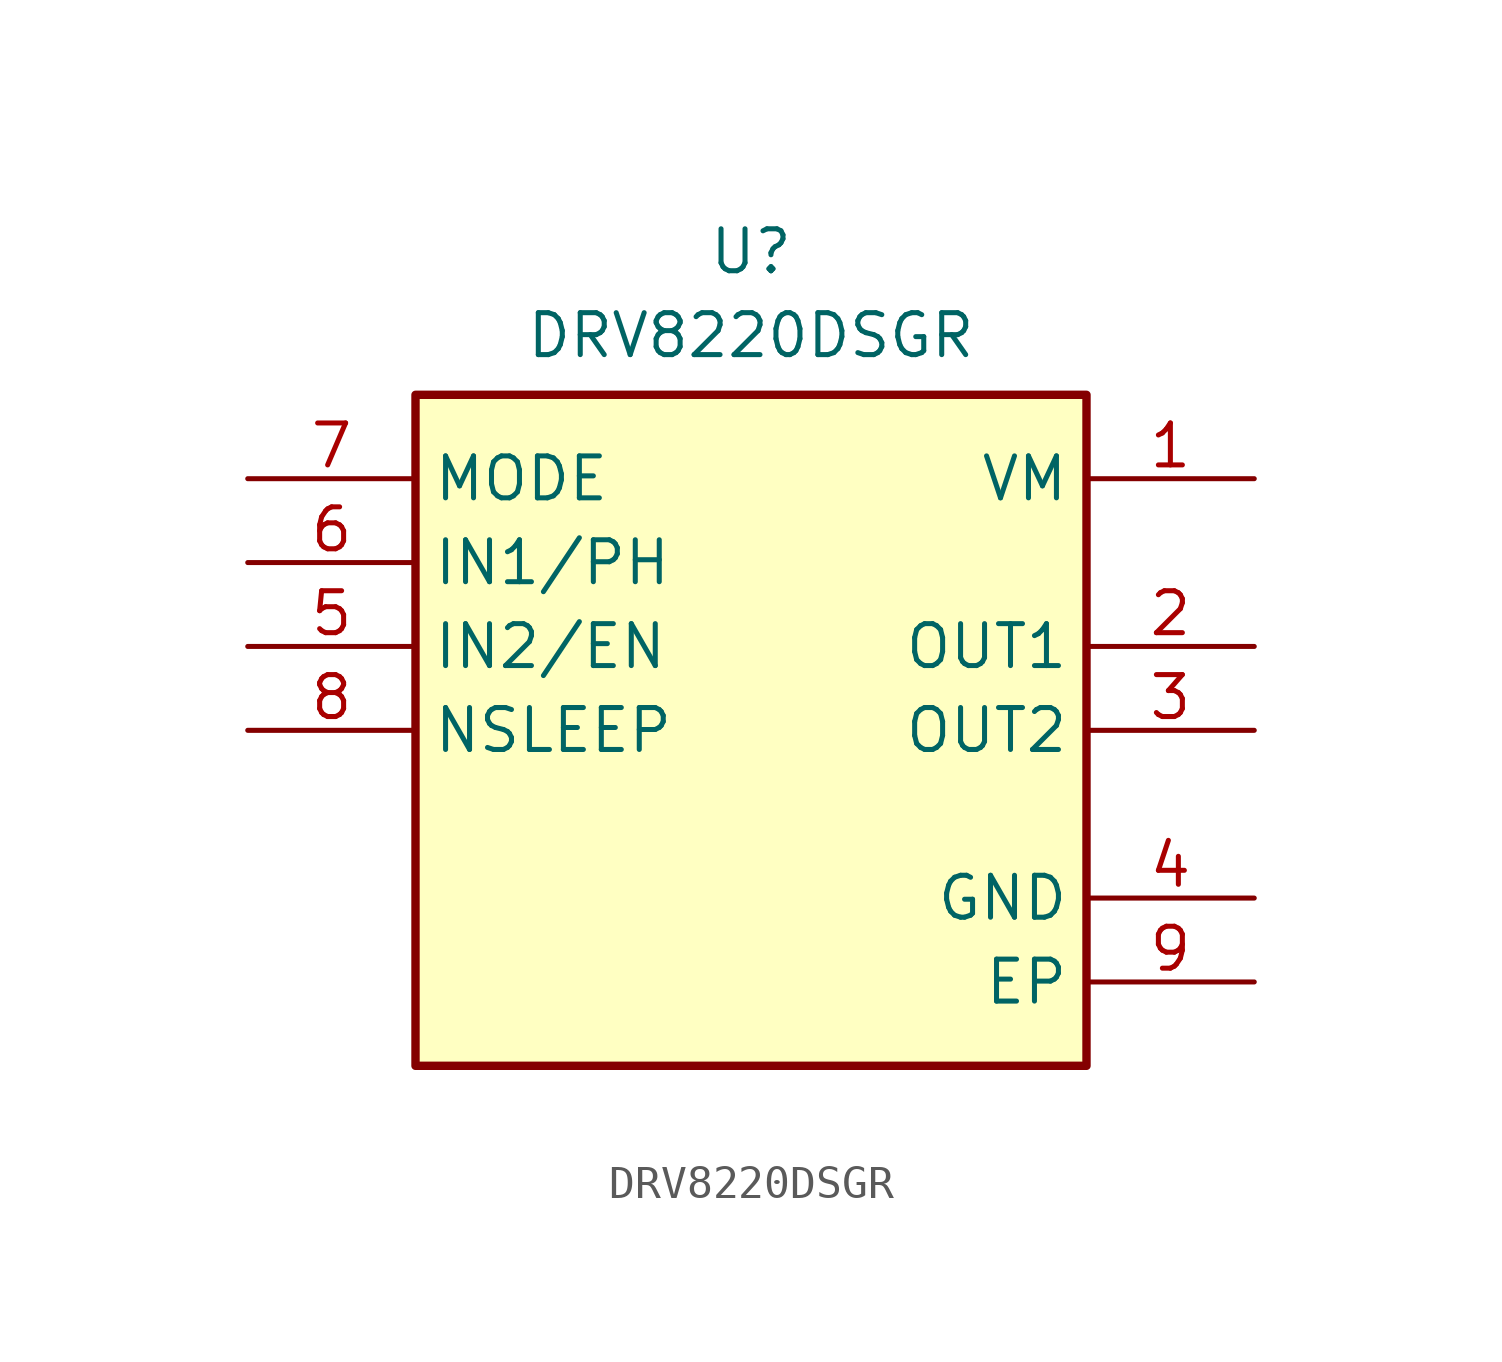
<source format=kicad_sym>
(kicad_symbol_lib
  (version 20231120)
  (generator "kicad_symbol_editor")
  (generator_version "8.0")
  (symbol "DRV8220DSGR"
    (property "Reference" "U"
      (at 0 5.08 0)
      (effects (font (size 1.27 1.27)) (justify top)))
    (property "Value" "DRV8220DSGR"
      (at 0 2.54 0)
      (effects (font (size 1.27 1.27)) (justify top)))
    (symbol "DRV8220DSGR_1_1"
      (rectangle (start -10.16 0) (end 10.16 -20.32) (stroke (width 0.254) (type default)) (fill (type background)))
      (pin passive line (at 15.24 -2.54 180) (length 5.08) (name "VM" (effects (font (size 1.27 1.27)))) (number "1" (effects (font (size 1.27 1.27)))))
      (pin passive line (at 15.24 -7.62 180) (length 5.08) (name "OUT1" (effects (font (size 1.27 1.27)))) (number "2" (effects (font (size 1.27 1.27)))))
      (pin passive line (at 15.24 -10.16 180) (length 5.08) (name "OUT2" (effects (font (size 1.27 1.27)))) (number "3" (effects (font (size 1.27 1.27)))))
      (pin passive line (at 15.24 -15.24 180) (length 5.08) (name "GND" (effects (font (size 1.27 1.27)))) (number "4" (effects (font (size 1.27 1.27)))))
      (pin passive line (at -15.24 -7.62 0) (length 5.08) (name "IN2/EN" (effects (font (size 1.27 1.27)))) (number "5" (effects (font (size 1.27 1.27)))))
      (pin passive line (at -15.24 -5.08 0) (length 5.08) (name "IN1/PH" (effects (font (size 1.27 1.27)))) (number "6" (effects (font (size 1.27 1.27)))))
      (pin passive line (at -15.24 -2.54 0) (length 5.08) (name "MODE" (effects (font (size 1.27 1.27)))) (number "7" (effects (font (size 1.27 1.27)))))
      (pin passive line (at -15.24 -10.16 0) (length 5.08) (name "NSLEEP" (effects (font (size 1.27 1.27)))) (number "8" (effects (font (size 1.27 1.27)))))
      (pin passive line (at 15.24 -17.78 180) (length 5.08) (name "EP" (effects (font (size 1.27 1.27)))) (number "9" (effects (font (size 1.27 1.27))))))))
</source>
